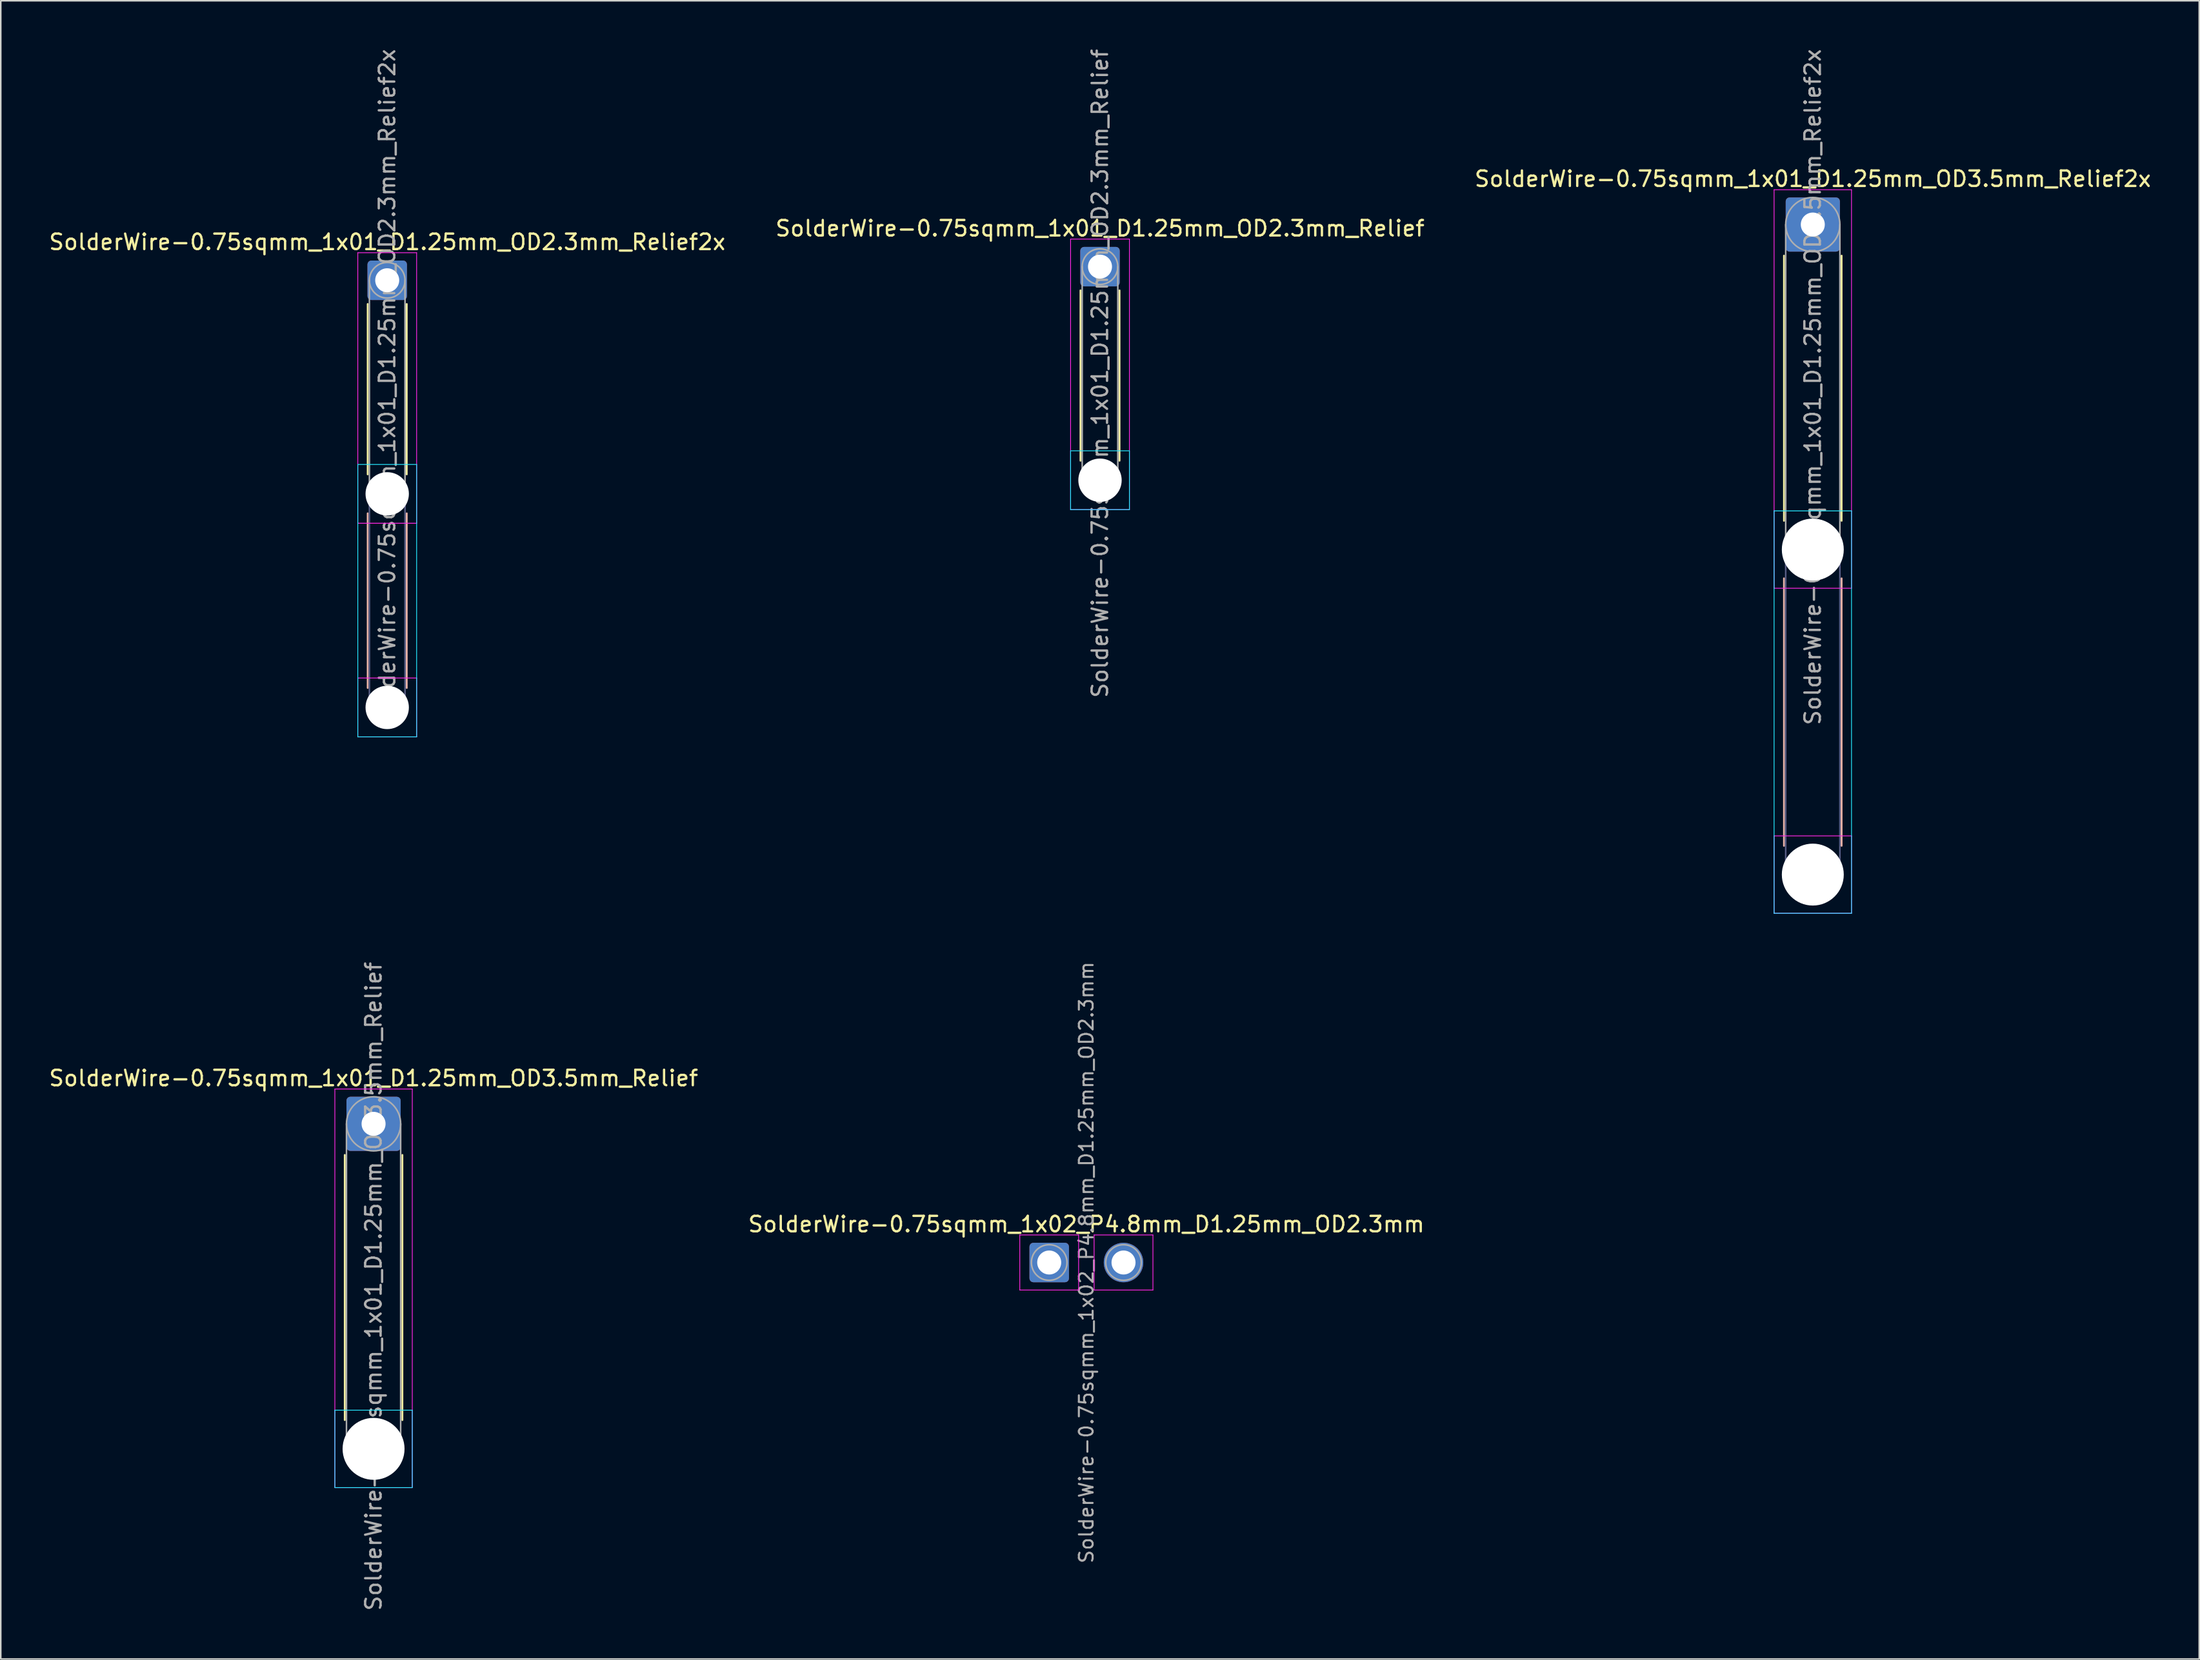
<source format=kicad_pcb>
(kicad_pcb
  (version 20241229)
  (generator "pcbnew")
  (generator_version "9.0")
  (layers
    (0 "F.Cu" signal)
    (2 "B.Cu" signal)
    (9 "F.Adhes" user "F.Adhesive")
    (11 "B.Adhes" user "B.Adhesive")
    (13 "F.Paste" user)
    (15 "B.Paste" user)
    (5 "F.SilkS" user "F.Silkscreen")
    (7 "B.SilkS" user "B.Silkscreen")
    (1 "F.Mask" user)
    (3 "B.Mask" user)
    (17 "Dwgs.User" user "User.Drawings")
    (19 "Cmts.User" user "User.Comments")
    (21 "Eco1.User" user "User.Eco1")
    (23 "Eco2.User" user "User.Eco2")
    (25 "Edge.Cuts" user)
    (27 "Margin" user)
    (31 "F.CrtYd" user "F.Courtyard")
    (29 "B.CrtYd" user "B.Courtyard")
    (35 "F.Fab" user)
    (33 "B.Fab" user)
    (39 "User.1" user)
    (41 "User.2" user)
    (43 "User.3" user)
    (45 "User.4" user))
  (footprint "SolderWire-0.75sqmm_1x01_D1.25mm_OD2.3mm_Relief"
    (layer "F.Cu")
    (at 67.994 14.177)
    (property "Reference" "SolderWire-0.75sqmm_1x01_D1.25mm_OD2.3mm_Relief" (at 0 -2.47 0) (layer "F.SilkS") (effects (font (size 1 1) (thickness 0.15))))
    (attr exclude_from_pos_files exclude_from_bom)
    (fp_line (start -1.26 1.535) (end -1.26 12.54) (stroke (width 0.12) (type solid)) (layer "F.SilkS"))
    (fp_line (start 1.26 1.535) (end 1.26 12.54) (stroke (width 0.12) (type solid)) (layer "F.SilkS"))
    (fp_line (start -1.9 11.9) (end -1.9 15.7) (stroke (width 0.05) (type solid)) (layer "B.CrtYd"))
    (fp_line (start -1.9 15.7) (end 1.9 15.7) (stroke (width 0.05) (type solid)) (layer "B.CrtYd"))
    (fp_line (start 1.9 11.9) (end -1.9 11.9) (stroke (width 0.05) (type solid)) (layer "B.CrtYd"))
    (fp_line (start 1.9 15.7) (end 1.9 11.9) (stroke (width 0.05) (type solid)) (layer "B.CrtYd"))
    (fp_line (start -1.9 -1.78) (end -1.9 15.7) (stroke (width 0.05) (type solid)) (layer "F.CrtYd"))
    (fp_line (start -1.9 15.7) (end 1.9 15.7) (stroke (width 0.05) (type solid)) (layer "F.CrtYd"))
    (fp_line (start 1.9 -1.78) (end -1.9 -1.78) (stroke (width 0.05) (type solid)) (layer "F.CrtYd"))
    (fp_line (start 1.9 15.7) (end 1.9 -1.78) (stroke (width 0.05) (type solid)) (layer "F.CrtYd"))
    (fp_line (start -1.15 0) (end -1.15 13.8) (stroke (width 0.1) (type solid)) (layer "F.Fab"))
    (fp_line (start 1.15 0) (end 1.15 13.8) (stroke (width 0.1) (type solid)) (layer "F.Fab"))
    (fp_circle (center 0 0) (end 1.15 0) (stroke (width 0.1) (type solid)) (fill no) (layer "F.Fab"))
    (fp_circle (center 0 13.8) (end 1.15 13.8) (stroke (width 0.1) (type solid)) (fill no) (layer "F.Fab"))
    (fp_text user "${REFERENCE}" (at 0 6.9 90) (layer "F.Fab") (effects (font (size 1 1) (thickness 0.15))))
    (pad "" np_thru_hole circle (at 0 13.8) (size 2.8 2.8) (drill 2.8) (layers "*.Cu" "*.Mask"))
    (pad "1" thru_hole roundrect (at 0 0) (size 2.55 2.55) (drill 1.55) (layers "*.Cu" "*.Mask") (roundrect_rratio 0.098)))
  (footprint "SolderWire-0.75sqmm_1x02_P4.8mm_D1.25mm_OD2.3mm"
    (layer "F.Cu")
    (at 64.713 78.521)
    (property "Reference" "SolderWire-0.75sqmm_1x02_P4.8mm_D1.25mm_OD2.3mm" (at 2.4 -2.47 0) (layer "F.SilkS") (effects (font (size 1 1) (thickness 0.15))))
    (attr exclude_from_pos_files exclude_from_bom)
    (fp_line (start -1.9 -1.78) (end -1.9 1.78) (stroke (width 0.05) (type solid)) (layer "F.CrtYd"))
    (fp_line (start -1.9 1.78) (end 1.9 1.78) (stroke (width 0.05) (type solid)) (layer "F.CrtYd"))
    (fp_line (start 1.9 -1.78) (end -1.9 -1.78) (stroke (width 0.05) (type solid)) (layer "F.CrtYd"))
    (fp_line (start 1.9 1.78) (end 1.9 -1.78) (stroke (width 0.05) (type solid)) (layer "F.CrtYd"))
    (fp_line (start 2.9 -1.78) (end 2.9 1.78) (stroke (width 0.05) (type solid)) (layer "F.CrtYd"))
    (fp_line (start 2.9 1.78) (end 6.7 1.78) (stroke (width 0.05) (type solid)) (layer "F.CrtYd"))
    (fp_line (start 6.7 -1.78) (end 2.9 -1.78) (stroke (width 0.05) (type solid)) (layer "F.CrtYd"))
    (fp_line (start 6.7 1.78) (end 6.7 -1.78) (stroke (width 0.05) (type solid)) (layer "F.CrtYd"))
    (fp_circle (center 0 0) (end 1.15 0) (stroke (width 0.1) (type solid)) (fill no) (layer "F.Fab"))
    (fp_circle (center 4.8 0) (end 5.95 0) (stroke (width 0.1) (type solid)) (fill no) (layer "F.Fab"))
    (fp_text user "${REFERENCE}" (at 2.4 0 90) (layer "F.Fab") (effects (font (size 0.89 0.89) (thickness 0.13))))
    (pad "1" thru_hole roundrect (at 0 0) (size 2.55 2.55) (drill 1.55) (layers "*.Cu" "*.Mask") (roundrect_rratio 0.098))
    (pad "2" thru_hole circle (at 4.8 0) (size 2.55 2.55) (drill 1.55) (layers "*.Cu" "*.Mask")))
  (footprint "SolderWire-0.75sqmm_1x01_D1.25mm_OD3.5mm_Relief"
    (layer "F.Cu")
    (at 21.077 69.561)
    (property "Reference" "SolderWire-0.75sqmm_1x01_D1.25mm_OD3.5mm_Relief" (at 0 -2.95 0) (layer "F.SilkS") (effects (font (size 1 1) (thickness 0.15))))
    (attr exclude_from_pos_files exclude_from_bom)
    (fp_line (start -1.86 2.01) (end -1.86 19.14) (stroke (width 0.12) (type solid)) (layer "F.SilkS"))
    (fp_line (start 1.86 2.01) (end 1.86 19.14) (stroke (width 0.12) (type solid)) (layer "F.SilkS"))
    (fp_line (start -2.5 18.5) (end -2.5 23.5) (stroke (width 0.05) (type solid)) (layer "B.CrtYd"))
    (fp_line (start -2.5 23.5) (end 2.5 23.5) (stroke (width 0.05) (type solid)) (layer "B.CrtYd"))
    (fp_line (start 2.5 18.5) (end -2.5 18.5) (stroke (width 0.05) (type solid)) (layer "B.CrtYd"))
    (fp_line (start 2.5 23.5) (end 2.5 18.5) (stroke (width 0.05) (type solid)) (layer "B.CrtYd"))
    (fp_line (start -2.5 -2.25) (end -2.5 23.5) (stroke (width 0.05) (type solid)) (layer "F.CrtYd"))
    (fp_line (start -2.5 23.5) (end 2.5 23.5) (stroke (width 0.05) (type solid)) (layer "F.CrtYd"))
    (fp_line (start 2.5 -2.25) (end -2.5 -2.25) (stroke (width 0.05) (type solid)) (layer "F.CrtYd"))
    (fp_line (start 2.5 23.5) (end 2.5 -2.25) (stroke (width 0.05) (type solid)) (layer "F.CrtYd"))
    (fp_line (start -1.75 0) (end -1.75 21) (stroke (width 0.1) (type solid)) (layer "F.Fab"))
    (fp_line (start 1.75 0) (end 1.75 21) (stroke (width 0.1) (type solid)) (layer "F.Fab"))
    (fp_circle (center 0 0) (end 1.75 0) (stroke (width 0.1) (type solid)) (fill no) (layer "F.Fab"))
    (fp_circle (center 0 21) (end 1.75 21) (stroke (width 0.1) (type solid)) (fill no) (layer "F.Fab"))
    (fp_text user "${REFERENCE}" (at 0 10.5 90) (layer "F.Fab") (effects (font (size 1 1) (thickness 0.15))))
    (pad "" np_thru_hole circle (at 0 21) (size 4 4) (drill 4) (layers "*.Cu" "*.Mask"))
    (pad "1" thru_hole roundrect (at 0 0) (size 3.5 3.5) (drill 1.55) (layers "*.Cu" "*.Mask") (roundrect_rratio 0.071)))
  (footprint "SolderWire-0.75sqmm_1x01_D1.25mm_OD3.5mm_Relief2x"
    (layer "F.Cu")
    (at 114.03 11.458)
    (property "Reference" "SolderWire-0.75sqmm_1x01_D1.25mm_OD3.5mm_Relief2x" (at 0 -2.95 0) (layer "F.SilkS") (effects (font (size 1 1) (thickness 0.15))))
    (attr exclude_from_pos_files exclude_from_bom)
    (fp_line (start -1.86 2.01) (end -1.86 19.14) (stroke (width 0.12) (type solid)) (layer "F.SilkS"))
    (fp_line (start 1.86 2.01) (end 1.86 19.14) (stroke (width 0.12) (type solid)) (layer "F.SilkS"))
    (fp_line (start -1.86 22.86) (end -1.86 40.14) (stroke (width 0.12) (type solid)) (layer "B.SilkS"))
    (fp_line (start 1.86 22.86) (end 1.86 40.14) (stroke (width 0.12) (type solid)) (layer "B.SilkS"))
    (fp_line (start -2.5 18.5) (end -2.5 44.5) (stroke (width 0.05) (type solid)) (layer "B.CrtYd"))
    (fp_line (start -2.5 44.5) (end 2.5 44.5) (stroke (width 0.05) (type solid)) (layer "B.CrtYd"))
    (fp_line (start 2.5 18.5) (end -2.5 18.5) (stroke (width 0.05) (type solid)) (layer "B.CrtYd"))
    (fp_line (start 2.5 44.5) (end 2.5 18.5) (stroke (width 0.05) (type solid)) (layer "B.CrtYd"))
    (fp_line (start -2.5 -2.25) (end -2.5 23.5) (stroke (width 0.05) (type solid)) (layer "F.CrtYd"))
    (fp_line (start -2.5 23.5) (end 2.5 23.5) (stroke (width 0.05) (type solid)) (layer "F.CrtYd"))
    (fp_line (start -2.5 39.5) (end -2.5 44.5) (stroke (width 0.05) (type solid)) (layer "F.CrtYd"))
    (fp_line (start -2.5 44.5) (end 2.5 44.5) (stroke (width 0.05) (type solid)) (layer "F.CrtYd"))
    (fp_line (start 2.5 -2.25) (end -2.5 -2.25) (stroke (width 0.05) (type solid)) (layer "F.CrtYd"))
    (fp_line (start 2.5 23.5) (end 2.5 -2.25) (stroke (width 0.05) (type solid)) (layer "F.CrtYd"))
    (fp_line (start 2.5 39.5) (end -2.5 39.5) (stroke (width 0.05) (type solid)) (layer "F.CrtYd"))
    (fp_line (start 2.5 44.5) (end 2.5 39.5) (stroke (width 0.05) (type solid)) (layer "F.CrtYd"))
    (fp_line (start -1.75 21) (end -1.75 42) (stroke (width 0.1) (type solid)) (layer "B.Fab"))
    (fp_line (start 1.75 21) (end 1.75 42) (stroke (width 0.1) (type solid)) (layer "B.Fab"))
    (fp_circle (center 0 21) (end 1.75 21) (stroke (width 0.1) (type solid)) (fill no) (layer "B.Fab"))
    (fp_circle (center 0 42) (end 1.75 42) (stroke (width 0.1) (type solid)) (fill no) (layer "B.Fab"))
    (fp_line (start -1.75 0) (end -1.75 21) (stroke (width 0.1) (type solid)) (layer "F.Fab"))
    (fp_line (start 1.75 0) (end 1.75 21) (stroke (width 0.1) (type solid)) (layer "F.Fab"))
    (fp_circle (center 0 0) (end 1.75 0) (stroke (width 0.1) (type solid)) (fill no) (layer "F.Fab"))
    (fp_circle (center 0 21) (end 1.75 21) (stroke (width 0.1) (type solid)) (fill no) (layer "F.Fab"))
    (fp_circle (center 0 42) (end 1.75 42) (stroke (width 0.1) (type solid)) (fill no) (layer "F.Fab"))
    (fp_text user "${REFERENCE}" (at 0 10.5 90) (layer "F.Fab") (effects (font (size 1 1) (thickness 0.15))))
    (pad "" np_thru_hole circle (at 0 21) (size 4 4) (drill 4) (layers "*.Cu" "*.Mask"))
    (pad "" np_thru_hole circle (at 0 42) (size 4 4) (drill 4) (layers "*.Cu" "*.Mask"))
    (pad "1" thru_hole roundrect (at 0 0) (size 3.5 3.5) (drill 1.55) (layers "*.Cu" "*.Mask") (roundrect_rratio 0.071)))
  (footprint "SolderWire-0.75sqmm_1x01_D1.25mm_OD2.3mm_Relief2x"
    (layer "F.Cu")
    (at 21.958 15.058)
    (property "Reference" "SolderWire-0.75sqmm_1x01_D1.25mm_OD2.3mm_Relief2x" (at 0 -2.47 0) (layer "F.SilkS") (effects (font (size 1 1) (thickness 0.15))))
    (attr exclude_from_pos_files exclude_from_bom)
    (fp_line (start -1.26 1.535) (end -1.26 12.54) (stroke (width 0.12) (type solid)) (layer "F.SilkS"))
    (fp_line (start 1.26 1.535) (end 1.26 12.54) (stroke (width 0.12) (type solid)) (layer "F.SilkS"))
    (fp_line (start -1.26 15.06) (end -1.26 26.34) (stroke (width 0.12) (type solid)) (layer "B.SilkS"))
    (fp_line (start 1.26 15.06) (end 1.26 26.34) (stroke (width 0.12) (type solid)) (layer "B.SilkS"))
    (fp_line (start -1.9 11.9) (end -1.9 29.5) (stroke (width 0.05) (type solid)) (layer "B.CrtYd"))
    (fp_line (start -1.9 29.5) (end 1.9 29.5) (stroke (width 0.05) (type solid)) (layer "B.CrtYd"))
    (fp_line (start 1.9 11.9) (end -1.9 11.9) (stroke (width 0.05) (type solid)) (layer "B.CrtYd"))
    (fp_line (start 1.9 29.5) (end 1.9 11.9) (stroke (width 0.05) (type solid)) (layer "B.CrtYd"))
    (fp_line (start -1.9 -1.78) (end -1.9 15.7) (stroke (width 0.05) (type solid)) (layer "F.CrtYd"))
    (fp_line (start -1.9 15.7) (end 1.9 15.7) (stroke (width 0.05) (type solid)) (layer "F.CrtYd"))
    (fp_line (start -1.9 25.7) (end -1.9 29.5) (stroke (width 0.05) (type solid)) (layer "F.CrtYd"))
    (fp_line (start -1.9 29.5) (end 1.9 29.5) (stroke (width 0.05) (type solid)) (layer "F.CrtYd"))
    (fp_line (start 1.9 -1.78) (end -1.9 -1.78) (stroke (width 0.05) (type solid)) (layer "F.CrtYd"))
    (fp_line (start 1.9 15.7) (end 1.9 -1.78) (stroke (width 0.05) (type solid)) (layer "F.CrtYd"))
    (fp_line (start 1.9 25.7) (end -1.9 25.7) (stroke (width 0.05) (type solid)) (layer "F.CrtYd"))
    (fp_line (start 1.9 29.5) (end 1.9 25.7) (stroke (width 0.05) (type solid)) (layer "F.CrtYd"))
    (fp_line (start -1.15 13.8) (end -1.15 27.6) (stroke (width 0.1) (type solid)) (layer "B.Fab"))
    (fp_line (start 1.15 13.8) (end 1.15 27.6) (stroke (width 0.1) (type solid)) (layer "B.Fab"))
    (fp_circle (center 0 13.8) (end 1.15 13.8) (stroke (width 0.1) (type solid)) (fill no) (layer "B.Fab"))
    (fp_circle (center 0 27.6) (end 1.15 27.6) (stroke (width 0.1) (type solid)) (fill no) (layer "B.Fab"))
    (fp_line (start -1.15 0) (end -1.15 13.8) (stroke (width 0.1) (type solid)) (layer "F.Fab"))
    (fp_line (start 1.15 0) (end 1.15 13.8) (stroke (width 0.1) (type solid)) (layer "F.Fab"))
    (fp_circle (center 0 0) (end 1.15 0) (stroke (width 0.1) (type solid)) (fill no) (layer "F.Fab"))
    (fp_circle (center 0 13.8) (end 1.15 13.8) (stroke (width 0.1) (type solid)) (fill no) (layer "F.Fab"))
    (fp_circle (center 0 27.6) (end 1.15 27.6) (stroke (width 0.1) (type solid)) (fill no) (layer "F.Fab"))
    (fp_text user "${REFERENCE}" (at 0 6.9 90) (layer "F.Fab") (effects (font (size 1 1) (thickness 0.15))))
    (pad "" np_thru_hole circle (at 0 13.8) (size 2.8 2.8) (drill 2.8) (layers "*.Cu" "*.Mask"))
    (pad "" np_thru_hole circle (at 0 27.6) (size 2.8 2.8) (drill 2.8) (layers "*.Cu" "*.Mask"))
    (pad "1" thru_hole roundrect (at 0 0) (size 2.55 2.55) (drill 1.55) (layers "*.Cu" "*.Mask") (roundrect_rratio 0.098)))
  (gr_rect
    (start -3 -3)
    (end 138.988 104.138)
    (stroke (width 0.1) (type default))
    (fill no)
    (layer "Edge.Cuts")))
</source>
